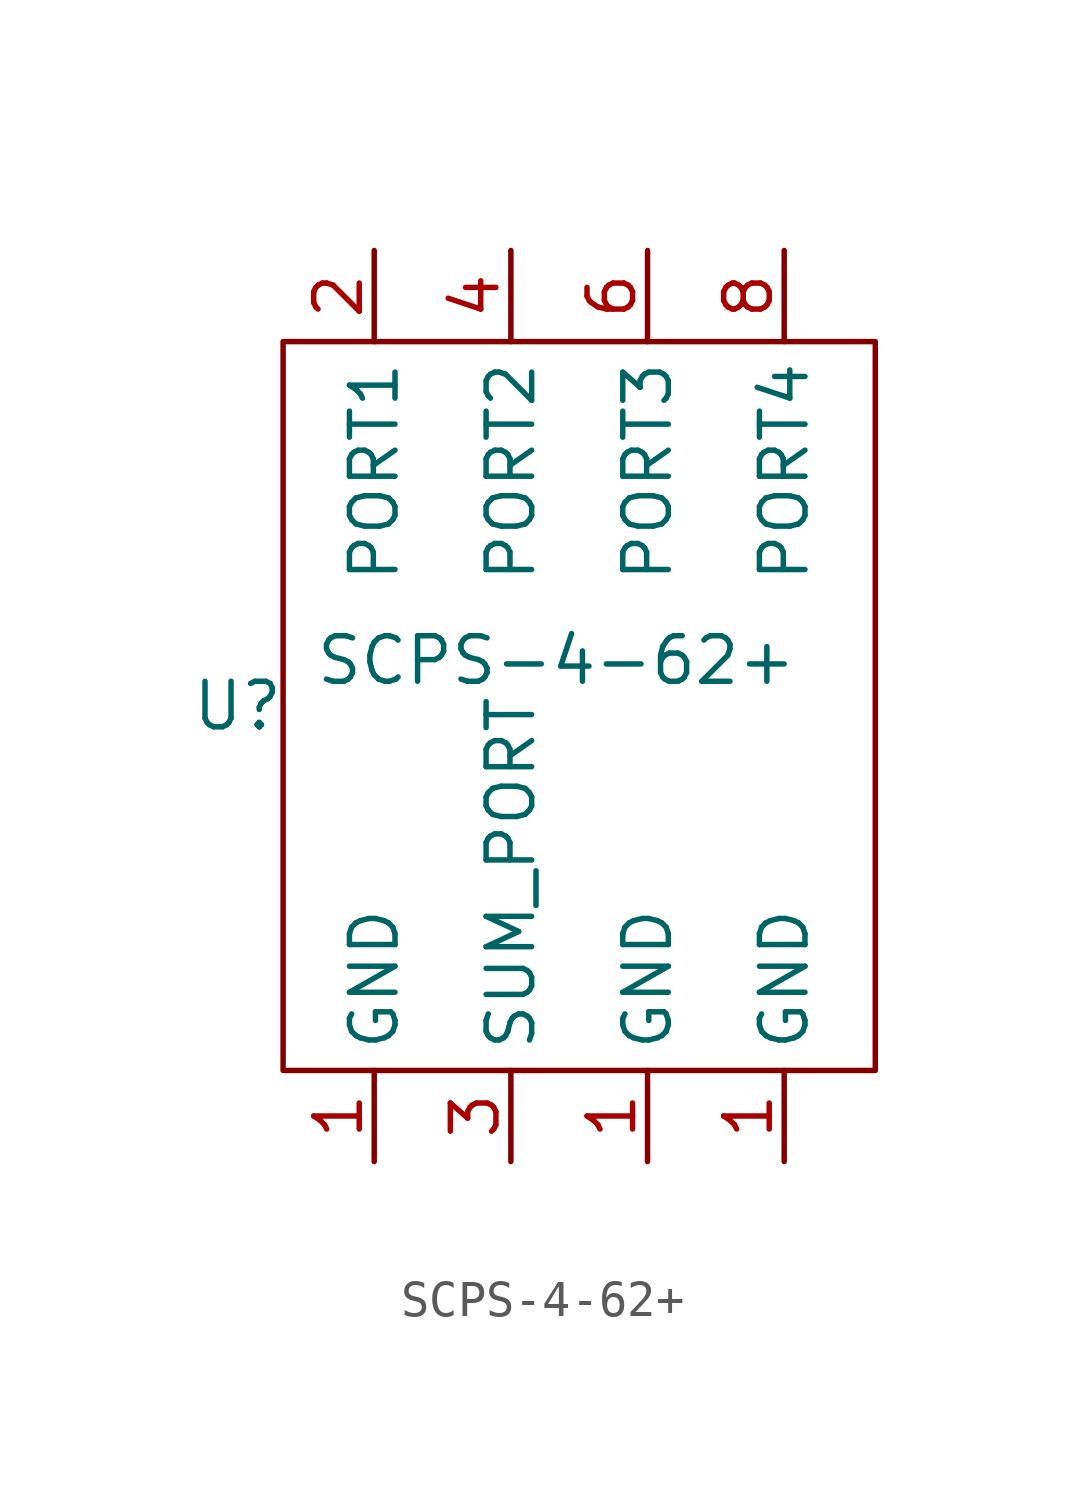
<source format=kicad_sym>
(kicad_symbol_lib
  (version 20211014)
  (generator kicad_symbol_editor)
  (symbol "SCPS-4-62+"
    (property "Reference" "U"
      (at -10.16 1.27 0)
      (effects (font (size 1.27 1.27))))
    (property "Value" "SCPS-4-62+"
      (at -1.27 2.54 0)
      (effects (font (size 1.27 1.27))))
    (symbol "SCPS-4-62+_0_1"
      (rectangle (start -8.89 11.43) (end 7.62 -8.89) (stroke (width 0) (type default) (color 0 0 0 0)) (fill (type none))))
    (symbol "SCPS-4-62+_1_1"
      (pin power_in line (at -6.35 -11.43 90) (length 2.54) (name "GND" (effects (font (size 1.27 1.27)))) (number "1" (effects (font (size 1.27 1.27)))))
      (pin power_in line (at 1.27 -11.43 90) (length 2.54) (name "GND" (effects (font (size 1.27 1.27)))) (number "1" (effects (font (size 1.27 1.27)))))
      (pin power_in line (at 5.08 -11.43 90) (length 2.54) (name "GND" (effects (font (size 1.27 1.27)))) (number "1" (effects (font (size 1.27 1.27)))))
      (pin power_in line (at -6.35 13.97 270) (length 2.54) (name "PORT1" (effects (font (size 1.27 1.27)))) (number "2" (effects (font (size 1.27 1.27)))))
      (pin power_in line (at -2.54 -11.43 90) (length 2.54) (name "SUM_PORT" (effects (font (size 1.27 1.27)))) (number "3" (effects (font (size 1.27 1.27)))))
      (pin power_in line (at -2.54 13.97 270) (length 2.54) (name "PORT2" (effects (font (size 1.27 1.27)))) (number "4" (effects (font (size 1.27 1.27)))))
      (pin power_in line (at 1.27 13.97 270) (length 2.54) (name "PORT3" (effects (font (size 1.27 1.27)))) (number "6" (effects (font (size 1.27 1.27)))))
      (pin power_in line (at 5.08 13.97 270) (length 2.54) (name "PORT4" (effects (font (size 1.27 1.27)))) (number "8" (effects (font (size 1.27 1.27))))))))
</source>
